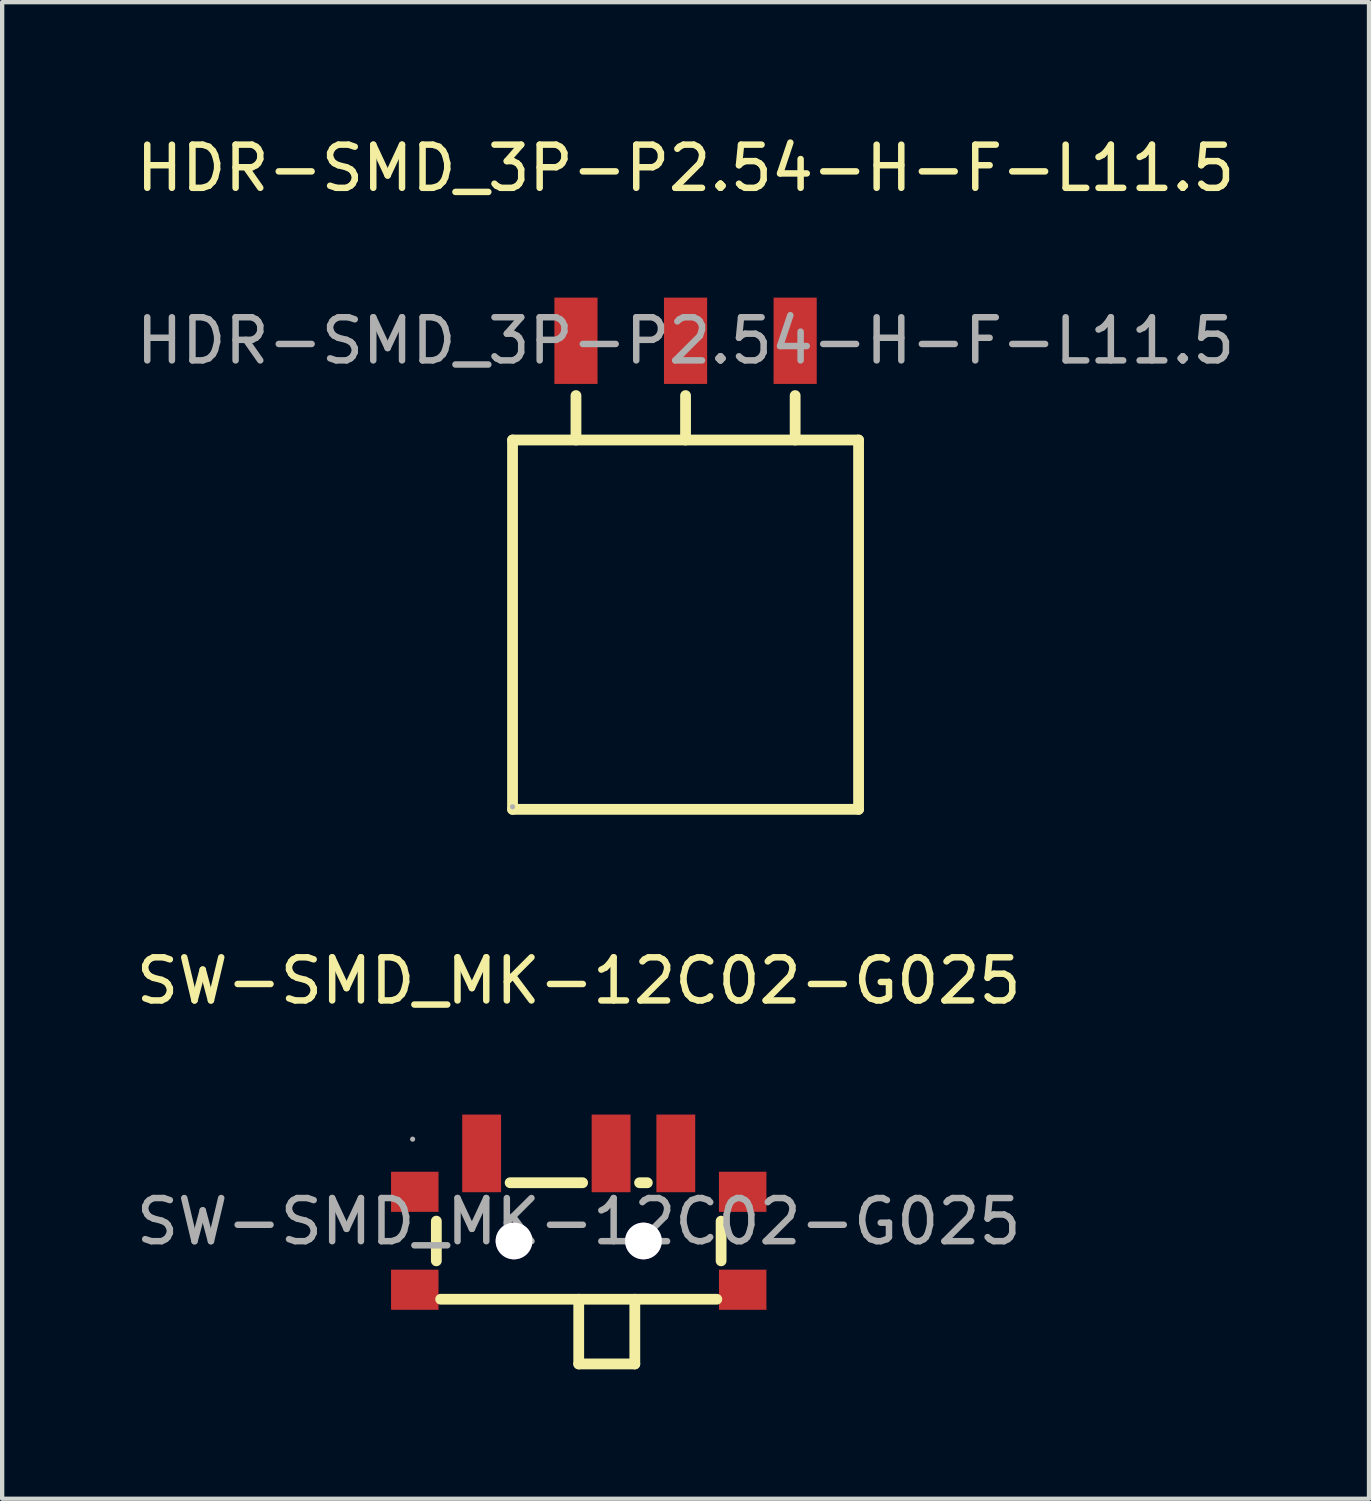
<source format=kicad_pcb>
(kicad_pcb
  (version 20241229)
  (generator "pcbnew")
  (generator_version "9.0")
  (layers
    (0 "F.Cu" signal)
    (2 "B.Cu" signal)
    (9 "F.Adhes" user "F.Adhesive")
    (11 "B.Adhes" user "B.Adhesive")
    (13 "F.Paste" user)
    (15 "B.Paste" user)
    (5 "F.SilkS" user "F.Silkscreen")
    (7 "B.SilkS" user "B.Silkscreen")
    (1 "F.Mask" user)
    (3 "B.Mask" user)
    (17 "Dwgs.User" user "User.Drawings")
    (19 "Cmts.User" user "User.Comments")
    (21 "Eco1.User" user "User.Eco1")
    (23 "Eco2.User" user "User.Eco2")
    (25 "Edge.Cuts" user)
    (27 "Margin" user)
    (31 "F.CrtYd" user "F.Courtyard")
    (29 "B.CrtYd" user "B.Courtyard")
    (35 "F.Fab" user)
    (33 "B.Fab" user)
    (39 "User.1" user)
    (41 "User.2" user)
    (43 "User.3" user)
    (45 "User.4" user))
  (footprint "SW-SMD_MK-12C02-G025"
    (layer "F.Cu")
    (at 10.363 25.262)
    (property "Reference" "SW-SMD_MK-12C02-G025" (at 0 -5.58 0) (layer "F.SilkS") (effects (font (size 1 1) (thickness 0.15))))
    (attr smd)
    (fp_line (start -3.3 0.91) (end -3.3 -0.01) (stroke (width 0.25) (type solid)) (layer "F.SilkS"))
    (fp_line (start 0 3.3) (end 0 1.8) (stroke (width 0.25) (type solid)) (layer "F.SilkS"))
    (fp_line (start 0.09 -0.9) (end -1.59 -0.9) (stroke (width 0.25) (type solid)) (layer "F.SilkS"))
    (fp_line (start 1.3 1.8) (end 1.3 3.3) (stroke (width 0.25) (type solid)) (layer "F.SilkS"))
    (fp_line (start 1.3 3.3) (end 0 3.3) (stroke (width 0.25) (type solid)) (layer "F.SilkS"))
    (fp_line (start 1.59 -0.9) (end 1.41 -0.9) (stroke (width 0.25) (type solid)) (layer "F.SilkS"))
    (fp_line (start 3.2 1.8) (end -3.2 1.8) (stroke (width 0.25) (type solid)) (layer "F.SilkS"))
    (fp_line (start 3.3 0.91) (end 3.3 -0.01) (stroke (width 0.25) (type solid)) (layer "F.SilkS"))
    (fp_circle (center -1.5 0.45) (end -1.3 0.45) (stroke (width 0.4) (type solid)) (fill no) (layer "Cmts.User"))
    (fp_circle (center 1.5 0.45) (end 1.7 0.45) (stroke (width 0.4) (type solid)) (fill no) (layer "Cmts.User"))
    (fp_circle (center -3.85 -1.91) (end -3.82 -1.91) (stroke (width 0.06) (type solid)) (fill no) (layer "F.Fab"))
    (fp_text user "${REFERENCE}" (at 0 0 0) (layer "F.Fab") (effects (font (size 1 1) (thickness 0.15))))
    (pad "" thru_hole circle (at -1.5 0.45) (size 0.85 0.85) (drill 0.85) (layers "*.Cu" "*.Mask"))
    (pad "" thru_hole circle (at 1.5 0.45) (size 0.85 0.85) (drill 0.85) (layers "*.Cu" "*.Mask"))
    (pad "1" smd rect (at -2.25 -1.58) (size 0.9 1.8) (layers "F.Cu" "F.Mask" "F.Paste"))
    (pad "2" smd rect (at 0.75 -1.58) (size 0.9 1.8) (layers "F.Cu" "F.Mask" "F.Paste"))
    (pad "3" smd rect (at 2.25 -1.58) (size 0.9 1.8) (layers "F.Cu" "F.Mask" "F.Paste"))
    (pad "4" smd rect (at 3.8 -0.69) (size 1.1 0.93) (layers "F.Cu" "F.Mask" "F.Paste"))
    (pad "5" smd rect (at 3.8 1.58) (size 1.1 0.93) (layers "F.Cu" "F.Mask" "F.Paste"))
    (pad "6" smd rect (at -3.8 1.58) (size 1.1 0.93) (layers "F.Cu" "F.Mask" "F.Paste"))
    (pad "7" smd rect (at -3.8 -0.69) (size 1.1 0.93) (layers "F.Cu" "F.Mask" "F.Paste")))
  (footprint "HDR-SMD_3P-P2.54-H-F-L11.5"
    (layer "F.Cu")
    (at 12.839 4.848)
    (property "Reference" "HDR-SMD_3P-P2.54-H-F-L11.5" (at 0 -4 0) (layer "F.SilkS") (effects (font (size 1 1) (thickness 0.15))))
    (attr smd)
    (fp_line (start -4.01 2.3) (end -4.01 10.86) (stroke (width 0.25) (type solid)) (layer "F.SilkS"))
    (fp_line (start -4.01 2.3) (end 4.01 2.3) (stroke (width 0.25) (type solid)) (layer "F.SilkS"))
    (fp_line (start -4.01 10.86) (end 4.01 10.86) (stroke (width 0.25) (type solid)) (layer "F.SilkS"))
    (fp_line (start -2.54 2.3) (end -2.54 1.27) (stroke (width 0.25) (type solid)) (layer "F.SilkS"))
    (fp_line (start 0 2.3) (end 0 1.27) (stroke (width 0.25) (type solid)) (layer "F.SilkS"))
    (fp_line (start 2.54 2.3) (end 2.54 1.27) (stroke (width 0.25) (type solid)) (layer "F.SilkS"))
    (fp_line (start 4.01 2.3) (end 4.01 10.86) (stroke (width 0.25) (type solid)) (layer "F.SilkS"))
    (fp_circle (center -4.01 10.8) (end -3.98 10.8) (stroke (width 0.06) (type solid)) (fill no) (layer "F.Fab"))
    (fp_text user "${REFERENCE}" (at 0 0 0) (layer "F.Fab") (effects (font (size 1 1) (thickness 0.15))))
    (pad "1" smd rect (at -2.54 0) (size 1 2) (layers "F.Cu" "F.Mask" "F.Paste"))
    (pad "2" smd rect (at 0 0) (size 1 2) (layers "F.Cu" "F.Mask" "F.Paste"))
    (pad "3" smd rect (at 2.54 0) (size 1 2) (layers "F.Cu" "F.Mask" "F.Paste")))
  (gr_rect
    (start -3 -3)
    (end 28.679 31.686)
    (stroke (width 0.1) (type default))
    (fill no)
    (layer "Edge.Cuts")))
</source>
